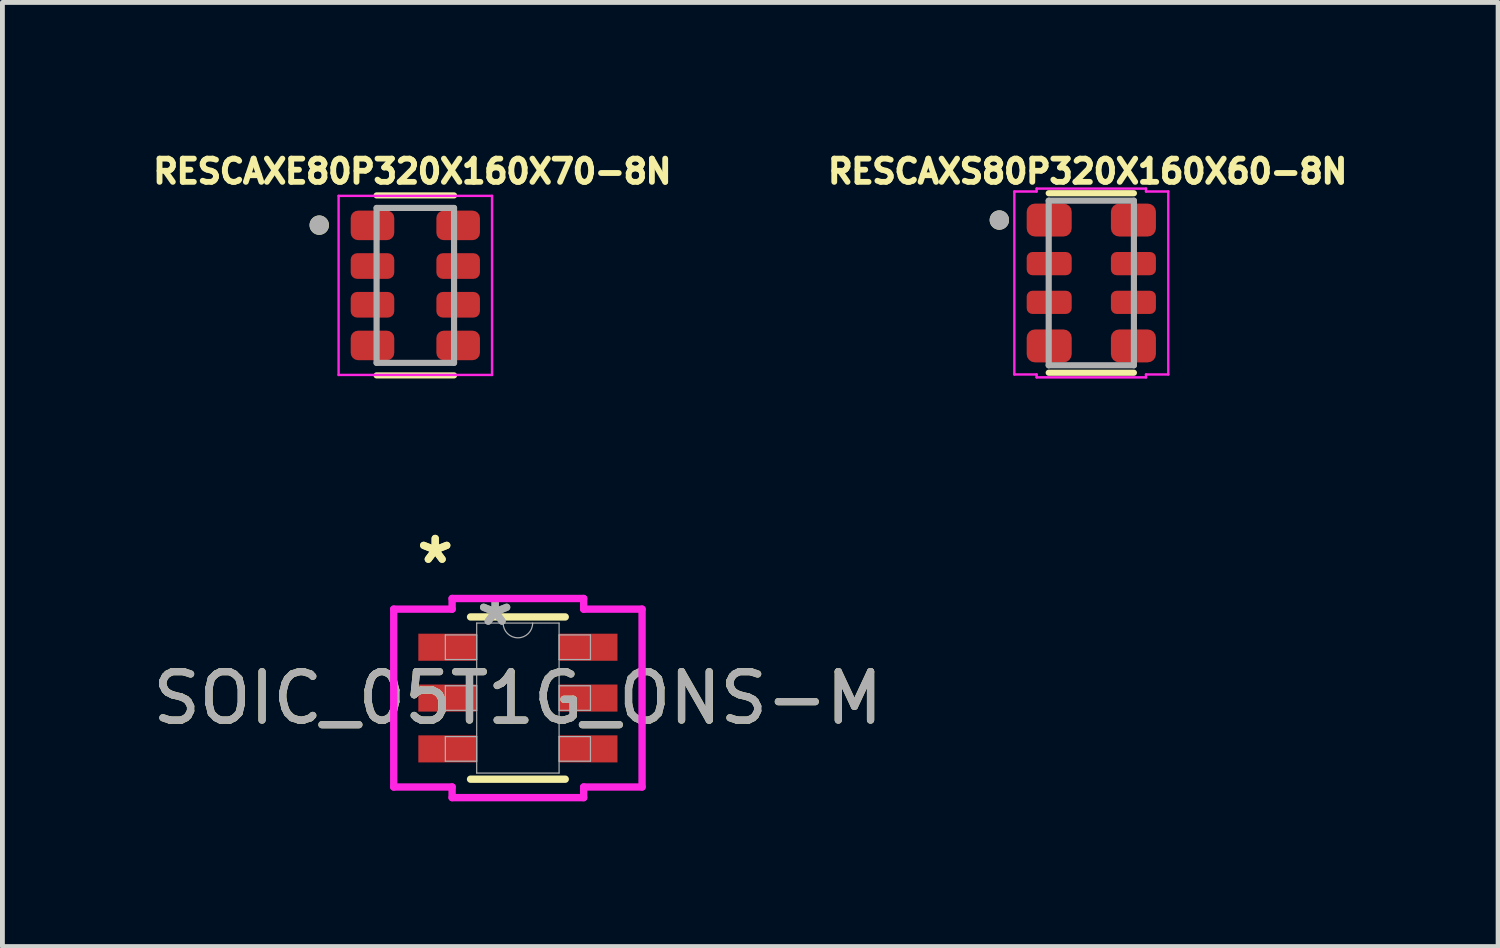
<source format=kicad_pcb>
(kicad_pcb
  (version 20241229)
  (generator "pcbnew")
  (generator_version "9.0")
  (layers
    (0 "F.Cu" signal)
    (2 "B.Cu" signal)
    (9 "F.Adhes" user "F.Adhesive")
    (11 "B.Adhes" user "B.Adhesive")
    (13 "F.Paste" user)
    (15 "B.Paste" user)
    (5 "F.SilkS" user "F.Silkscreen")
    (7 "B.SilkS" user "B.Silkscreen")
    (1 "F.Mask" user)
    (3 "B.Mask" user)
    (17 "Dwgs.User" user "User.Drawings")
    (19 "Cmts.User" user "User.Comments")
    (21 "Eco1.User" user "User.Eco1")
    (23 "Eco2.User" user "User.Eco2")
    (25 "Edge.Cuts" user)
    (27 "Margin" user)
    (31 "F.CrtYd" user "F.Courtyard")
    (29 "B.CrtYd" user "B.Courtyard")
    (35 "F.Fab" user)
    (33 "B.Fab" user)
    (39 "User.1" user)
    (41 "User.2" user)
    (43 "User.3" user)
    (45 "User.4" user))
  (footprint "RESCAXE80P320X160X70-8N"
    (layer "F.Cu")
    (at 5.53 2.846)
    (property "Reference" "RESCAXE80P320X160X70-8N" (at -0.061 -2.355 0) (layer "F.SilkS") (effects (font (size 0.48 0.48) (thickness 0.15))))
    (attr smd)
    (fp_line (start -0.8 1.859) (end 0.8 1.859) (stroke (width 0.127) (type solid)) (layer "F.SilkS"))
    (fp_line (start 0.8 -1.859) (end -0.8 -1.859) (stroke (width 0.127) (type solid)) (layer "F.SilkS"))
    (fp_circle (center -1.985 -1.245) (end -1.885 -1.245) (stroke (width 0.2) (type solid)) (fill no) (layer "F.SilkS"))
    (fp_line (start -1.585 -1.85) (end -1.585 1.85) (stroke (width 0.05) (type solid)) (layer "F.CrtYd"))
    (fp_line (start -1.585 1.85) (end 1.585 1.85) (stroke (width 0.05) (type solid)) (layer "F.CrtYd"))
    (fp_line (start 1.585 -1.85) (end -1.585 -1.85) (stroke (width 0.05) (type solid)) (layer "F.CrtYd"))
    (fp_line (start 1.585 1.85) (end 1.585 -1.85) (stroke (width 0.05) (type solid)) (layer "F.CrtYd"))
    (fp_line (start -0.8 -1.6) (end -0.8 1.6) (stroke (width 0.127) (type solid)) (layer "F.Fab"))
    (fp_line (start -0.8 1.6) (end 0.8 1.6) (stroke (width 0.127) (type solid)) (layer "F.Fab"))
    (fp_line (start 0.8 -1.6) (end -0.8 -1.6) (stroke (width 0.127) (type solid)) (layer "F.Fab"))
    (fp_line (start 0.8 1.6) (end 0.8 -1.6) (stroke (width 0.127) (type solid)) (layer "F.Fab"))
    (fp_circle (center -1.985 -1.245) (end -1.885 -1.245) (stroke (width 0.2) (type solid)) (fill no) (layer "F.Fab"))
    (pad "1" smd roundrect (at -0.885 -1.24) (size 0.9 0.61) (layers "F.Cu" "F.Mask" "F.Paste") (roundrect_rratio 0.25))
    (pad "2" smd roundrect (at -0.885 -0.4) (size 0.9 0.53) (layers "F.Cu" "F.Mask" "F.Paste") (roundrect_rratio 0.25))
    (pad "3" smd roundrect (at -0.885 0.4) (size 0.9 0.53) (layers "F.Cu" "F.Mask" "F.Paste") (roundrect_rratio 0.25))
    (pad "4" smd roundrect (at -0.885 1.24) (size 0.9 0.61) (layers "F.Cu" "F.Mask" "F.Paste") (roundrect_rratio 0.25))
    (pad "5" smd roundrect (at 0.885 1.24) (size 0.9 0.61) (layers "F.Cu" "F.Mask" "F.Paste") (roundrect_rratio 0.25))
    (pad "6" smd roundrect (at 0.885 0.4) (size 0.9 0.53) (layers "F.Cu" "F.Mask" "F.Paste") (roundrect_rratio 0.25))
    (pad "7" smd roundrect (at 0.885 -0.4) (size 0.9 0.53) (layers "F.Cu" "F.Mask" "F.Paste") (roundrect_rratio 0.25))
    (pad "8" smd roundrect (at 0.885 -1.24) (size 0.9 0.61) (layers "F.Cu" "F.Mask" "F.Paste") (roundrect_rratio 0.25)))
  (footprint "SOIC_05T1G_ONS-M"
    (layer "F.Cu")
    (at 7.649 11.371)
    (property "Reference" "SOIC_05T1G_ONS-M" (at 0 0 0) (unlocked yes) (layer "F.SilkS") (effects (font (size 1 1) (thickness 0.15))))
    (attr smd)
    (fp_line (start -0.978 1.676) (end 0.978 1.676) (stroke (width 0.152) (type solid)) (layer "F.SilkS"))
    (fp_line (start 0.978 -1.676) (end -0.978 -1.676) (stroke (width 0.152) (type solid)) (layer "F.SilkS"))
    (fp_line (start -2.565 -1.837) (end -1.359 -1.837) (stroke (width 0.152) (type solid)) (layer "F.CrtYd"))
    (fp_line (start -2.565 1.837) (end -2.565 -1.837) (stroke (width 0.152) (type solid)) (layer "F.CrtYd"))
    (fp_line (start -2.565 1.837) (end -1.359 1.837) (stroke (width 0.152) (type solid)) (layer "F.CrtYd"))
    (fp_line (start -1.359 -2.057) (end 1.359 -2.057) (stroke (width 0.152) (type solid)) (layer "F.CrtYd"))
    (fp_line (start -1.359 -1.837) (end -1.359 -2.057) (stroke (width 0.152) (type solid)) (layer "F.CrtYd"))
    (fp_line (start -1.359 2.057) (end -1.359 1.837) (stroke (width 0.152) (type solid)) (layer "F.CrtYd"))
    (fp_line (start 1.359 -2.057) (end 1.359 -1.837) (stroke (width 0.152) (type solid)) (layer "F.CrtYd"))
    (fp_line (start 1.359 1.837) (end 1.359 2.057) (stroke (width 0.152) (type solid)) (layer "F.CrtYd"))
    (fp_line (start 1.359 2.057) (end -1.359 2.057) (stroke (width 0.152) (type solid)) (layer "F.CrtYd"))
    (fp_line (start 2.565 -1.837) (end 1.359 -1.837) (stroke (width 0.152) (type solid)) (layer "F.CrtYd"))
    (fp_line (start 2.565 -1.837) (end 2.565 1.837) (stroke (width 0.152) (type solid)) (layer "F.CrtYd"))
    (fp_line (start 2.565 1.837) (end 1.359 1.837) (stroke (width 0.152) (type solid)) (layer "F.CrtYd"))
    (fp_line (start -1.499 -1.304) (end -1.499 -0.796) (stroke (width 0.025) (type solid)) (layer "F.Fab"))
    (fp_line (start -1.499 -0.796) (end -0.851 -0.796) (stroke (width 0.025) (type solid)) (layer "F.Fab"))
    (fp_line (start -1.499 -0.254) (end -1.499 0.254) (stroke (width 0.025) (type solid)) (layer "F.Fab"))
    (fp_line (start -1.499 0.254) (end -0.851 0.254) (stroke (width 0.025) (type solid)) (layer "F.Fab"))
    (fp_line (start -1.499 0.796) (end -1.499 1.304) (stroke (width 0.025) (type solid)) (layer "F.Fab"))
    (fp_line (start -1.499 1.304) (end -0.851 1.304) (stroke (width 0.025) (type solid)) (layer "F.Fab"))
    (fp_line (start -0.851 -1.549) (end -0.851 1.549) (stroke (width 0.025) (type solid)) (layer "F.Fab"))
    (fp_line (start -0.851 -1.304) (end -1.499 -1.304) (stroke (width 0.025) (type solid)) (layer "F.Fab"))
    (fp_line (start -0.851 -0.796) (end -0.851 -1.304) (stroke (width 0.025) (type solid)) (layer "F.Fab"))
    (fp_line (start -0.851 -0.254) (end -1.499 -0.254) (stroke (width 0.025) (type solid)) (layer "F.Fab"))
    (fp_line (start -0.851 0.254) (end -0.851 -0.254) (stroke (width 0.025) (type solid)) (layer "F.Fab"))
    (fp_line (start -0.851 0.796) (end -1.499 0.796) (stroke (width 0.025) (type solid)) (layer "F.Fab"))
    (fp_line (start -0.851 1.304) (end -0.851 0.796) (stroke (width 0.025) (type solid)) (layer "F.Fab"))
    (fp_line (start -0.851 1.549) (end 0.851 1.549) (stroke (width 0.025) (type solid)) (layer "F.Fab"))
    (fp_line (start 0.851 -1.549) (end -0.851 -1.549) (stroke (width 0.025) (type solid)) (layer "F.Fab"))
    (fp_line (start 0.851 -1.304) (end 0.851 -0.796) (stroke (width 0.025) (type solid)) (layer "F.Fab"))
    (fp_line (start 0.851 -0.796) (end 1.499 -0.796) (stroke (width 0.025) (type solid)) (layer "F.Fab"))
    (fp_line (start 0.851 -0.254) (end 0.851 0.254) (stroke (width 0.025) (type solid)) (layer "F.Fab"))
    (fp_line (start 0.851 0.254) (end 1.499 0.254) (stroke (width 0.025) (type solid)) (layer "F.Fab"))
    (fp_line (start 0.851 0.796) (end 0.851 1.304) (stroke (width 0.025) (type solid)) (layer "F.Fab"))
    (fp_line (start 0.851 1.304) (end 1.499 1.304) (stroke (width 0.025) (type solid)) (layer "F.Fab"))
    (fp_line (start 0.851 1.549) (end 0.851 -1.549) (stroke (width 0.025) (type solid)) (layer "F.Fab"))
    (fp_line (start 1.499 -1.304) (end 0.851 -1.304) (stroke (width 0.025) (type solid)) (layer "F.Fab"))
    (fp_line (start 1.499 -0.796) (end 1.499 -1.304) (stroke (width 0.025) (type solid)) (layer "F.Fab"))
    (fp_line (start 1.499 -0.254) (end 0.851 -0.254) (stroke (width 0.025) (type solid)) (layer "F.Fab"))
    (fp_line (start 1.499 0.254) (end 1.499 -0.254) (stroke (width 0.025) (type solid)) (layer "F.Fab"))
    (fp_line (start 1.499 0.796) (end 0.851 0.796) (stroke (width 0.025) (type solid)) (layer "F.Fab"))
    (fp_line (start 1.499 1.304) (end 1.499 0.796) (stroke (width 0.025) (type solid)) (layer "F.Fab"))
    (fp_arc (start 0.3048 -1.5494) (mid 0 -1.2446) (end -0.3048 -1.5494) (stroke (width 0.0254) (type solid)) (layer "F.Fab"))
    (fp_text user "*" (at -1.708 -2.752 0) (unlocked yes) (layer "F.SilkS") (effects (font (size 1 1) (thickness 0.15))))
    (fp_text user "*" (at -1.708 -2.752 0) (layer "F.SilkS") (effects (font (size 1 1) (thickness 0.15))))
    (fp_text user "*" (at -0.47 -1.473 0) (unlocked yes) (layer "F.Fab") (effects (font (size 1 1) (thickness 0.15))))
    (fp_text user "*" (at -0.47 -1.473 0) (layer "F.Fab") (effects (font (size 1 1) (thickness 0.15))))
    (fp_text user "${REFERENCE}" (at 0 0 0) (unlocked yes) (layer "F.Fab") (effects (font (size 1 1) (thickness 0.15))))
    (pad "1" smd rect (at -1.454 -1.05) (size 1.206 0.559) (layers "F.Cu" "F.Mask" "F.Paste"))
    (pad "2" smd rect (at -1.454 0) (size 1.206 0.559) (layers "F.Cu" "F.Mask" "F.Paste"))
    (pad "3" smd rect (at -1.454 1.05) (size 1.206 0.559) (layers "F.Cu" "F.Mask" "F.Paste"))
    (pad "4" smd rect (at 1.454 1.05) (size 1.206 0.559) (layers "F.Cu" "F.Mask" "F.Paste"))
    (pad "5" smd rect (at 1.454 0) (size 1.206 0.559) (layers "F.Cu" "F.Mask" "F.Paste"))
    (pad "6" smd rect (at 1.454 -1.05) (size 1.206 0.559) (layers "F.Cu" "F.Mask" "F.Paste")))
  (footprint "RESCAXS80P320X160X60-8N"
    (layer "F.Cu")
    (at 19.495 2.796)
    (property "Reference" "RESCAXS80P320X160X60-8N" (at -0.076 -2.305 0) (layer "F.SilkS") (effects (font (size 0.48 0.48) (thickness 0.15))))
    (attr smd)
    (fp_line (start -0.88 -1.854) (end 0.88 -1.854) (stroke (width 0.127) (type solid)) (layer "F.SilkS"))
    (fp_line (start -0.88 1.854) (end 0.88 1.854) (stroke (width 0.127) (type solid)) (layer "F.SilkS"))
    (fp_circle (center -1.9 -1.3) (end -1.8 -1.3) (stroke (width 0.2) (type solid)) (fill no) (layer "F.SilkS"))
    (fp_line (start -1.59 -1.89) (end -1.13 -1.89) (stroke (width 0.05) (type solid)) (layer "F.CrtYd"))
    (fp_line (start -1.59 1.89) (end -1.59 -1.89) (stroke (width 0.05) (type solid)) (layer "F.CrtYd"))
    (fp_line (start -1.13 -1.95) (end 1.13 -1.95) (stroke (width 0.05) (type solid)) (layer "F.CrtYd"))
    (fp_line (start -1.13 -1.89) (end -1.13 -1.95) (stroke (width 0.05) (type solid)) (layer "F.CrtYd"))
    (fp_line (start -1.13 1.89) (end -1.59 1.89) (stroke (width 0.05) (type solid)) (layer "F.CrtYd"))
    (fp_line (start -1.13 1.95) (end -1.13 1.89) (stroke (width 0.05) (type solid)) (layer "F.CrtYd"))
    (fp_line (start 1.13 -1.95) (end 1.13 -1.89) (stroke (width 0.05) (type solid)) (layer "F.CrtYd"))
    (fp_line (start 1.13 -1.89) (end 1.59 -1.89) (stroke (width 0.05) (type solid)) (layer "F.CrtYd"))
    (fp_line (start 1.13 1.89) (end 1.13 1.95) (stroke (width 0.05) (type solid)) (layer "F.CrtYd"))
    (fp_line (start 1.13 1.95) (end -1.13 1.95) (stroke (width 0.05) (type solid)) (layer "F.CrtYd"))
    (fp_line (start 1.59 -1.89) (end 1.59 1.89) (stroke (width 0.05) (type solid)) (layer "F.CrtYd"))
    (fp_line (start 1.59 1.89) (end 1.13 1.89) (stroke (width 0.05) (type solid)) (layer "F.CrtYd"))
    (fp_line (start -0.88 -1.7) (end 0.88 -1.7) (stroke (width 0.127) (type solid)) (layer "F.Fab"))
    (fp_line (start -0.88 1.7) (end -0.88 -1.7) (stroke (width 0.127) (type solid)) (layer "F.Fab"))
    (fp_line (start 0.88 -1.7) (end 0.88 1.7) (stroke (width 0.127) (type solid)) (layer "F.Fab"))
    (fp_line (start 0.88 1.7) (end -0.88 1.7) (stroke (width 0.127) (type solid)) (layer "F.Fab"))
    (fp_circle (center -1.9 -1.3) (end -1.8 -1.3) (stroke (width 0.2) (type solid)) (fill no) (layer "F.Fab"))
    (pad "1" smd roundrect (at -0.87 -1.3) (size 0.93 0.68) (layers "F.Cu" "F.Mask" "F.Paste") (roundrect_rratio 0.25))
    (pad "2" smd roundrect (at -0.87 -0.4) (size 0.93 0.48) (layers "F.Cu" "F.Mask" "F.Paste") (roundrect_rratio 0.25))
    (pad "3" smd roundrect (at -0.87 0.4) (size 0.93 0.48) (layers "F.Cu" "F.Mask" "F.Paste") (roundrect_rratio 0.25))
    (pad "4" smd roundrect (at -0.87 1.3) (size 0.93 0.68) (layers "F.Cu" "F.Mask" "F.Paste") (roundrect_rratio 0.25))
    (pad "5" smd roundrect (at 0.87 1.3) (size 0.93 0.68) (layers "F.Cu" "F.Mask" "F.Paste") (roundrect_rratio 0.25))
    (pad "6" smd roundrect (at 0.87 0.4) (size 0.93 0.48) (layers "F.Cu" "F.Mask" "F.Paste") (roundrect_rratio 0.25))
    (pad "7" smd roundrect (at 0.87 -0.4) (size 0.93 0.48) (layers "F.Cu" "F.Mask" "F.Paste") (roundrect_rratio 0.25))
    (pad "8" smd roundrect (at 0.87 -1.3) (size 0.93 0.68) (layers "F.Cu" "F.Mask" "F.Paste") (roundrect_rratio 0.25)))
  (gr_rect
    (start -3 -3)
    (end 27.899 16.505)
    (stroke (width 0.1) (type default))
    (fill no)
    (layer "Edge.Cuts")))
</source>
